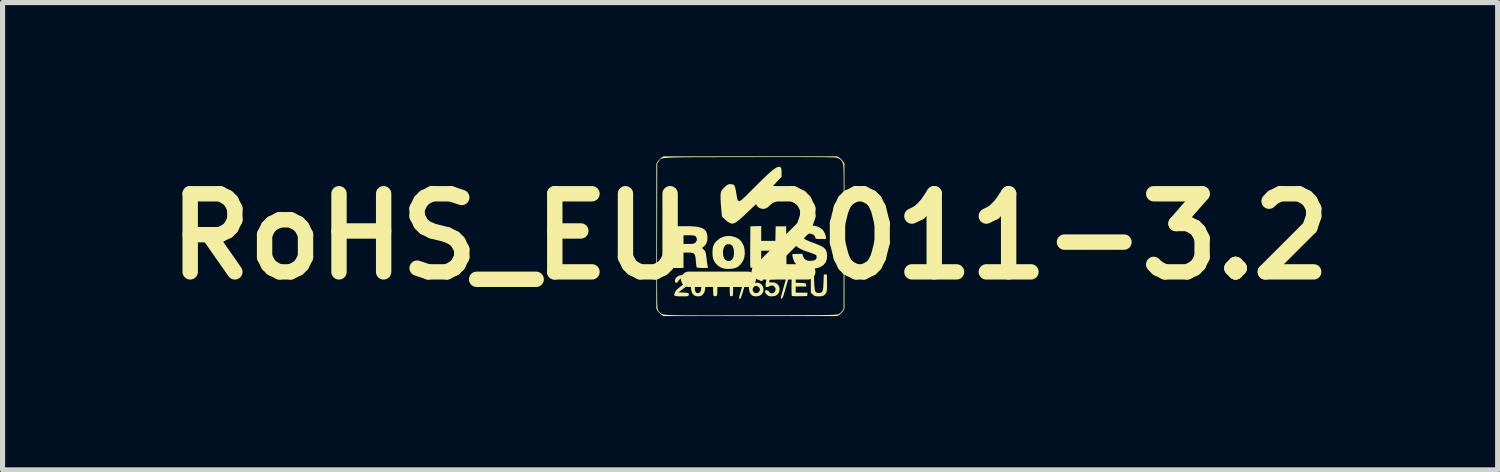
<source format=kicad_pcb>
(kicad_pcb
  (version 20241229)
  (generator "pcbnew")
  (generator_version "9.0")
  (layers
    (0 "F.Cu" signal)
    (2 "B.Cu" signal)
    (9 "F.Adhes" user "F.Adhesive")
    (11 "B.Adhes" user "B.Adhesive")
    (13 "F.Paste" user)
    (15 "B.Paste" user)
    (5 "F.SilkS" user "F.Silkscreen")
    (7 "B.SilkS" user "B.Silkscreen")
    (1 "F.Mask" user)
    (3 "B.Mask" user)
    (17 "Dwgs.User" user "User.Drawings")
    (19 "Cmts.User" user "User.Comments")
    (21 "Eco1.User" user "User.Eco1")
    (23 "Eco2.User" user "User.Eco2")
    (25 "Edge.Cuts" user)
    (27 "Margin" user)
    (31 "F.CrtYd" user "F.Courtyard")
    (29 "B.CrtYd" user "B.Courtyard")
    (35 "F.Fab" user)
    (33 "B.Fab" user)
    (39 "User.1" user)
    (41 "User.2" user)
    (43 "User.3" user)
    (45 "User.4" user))
  (footprint "RoHS_EU_2011-3.2"
    (layer "F.Cu")
    (at 11.582 1.564)
    (property "Reference" "RoHS_EU_2011-3.2" (at 0 0 0) (layer "F.SilkS") (effects (font (size 1.524 1.524) (thickness 0.3))))
    (attr board_only exclude_from_pos_files exclude_from_bom)
    (fp_poly (pts (xy 0.217 0.084) (xy 0.493 0.084) (xy 0.496 -0.057) (xy 0.499 -0.199) (xy 0.704 -0.199) (xy 0.707 0.208) (xy 0.71 0.614) (xy 0.493 0.614) (xy 0.493 0.277) (xy 0.217 0.277) (xy 0.217 0.614) (xy 0.114 0.614) (xy 0.057 0.612) (xy 0.021 0.608) (xy 0.006 0.6) (xy 0.005 0.599) (xy 0.004 0.583) (xy 0.003 0.547) (xy 0.002 0.492) (xy 0.002 0.423) (xy 0.002 0.341) (xy 0.002 0.25) (xy 0.003 0.192) (xy 0.006 -0.199) (xy 0.111 -0.202) (xy 0.217 -0.205)) (stroke (width 0) (type solid)) (fill yes) (layer "F.SilkS"))
    (fp_poly (pts (xy 0.766 0.74) (xy 0.766 0.755) (xy 0.752 0.806) (xy 0.734 0.868) (xy 0.715 0.934) (xy 0.696 1) (xy 0.678 1.062) (xy 0.662 1.114) (xy 0.651 1.151) (xy 0.646 1.166) (xy 0.63 1.2) (xy 0.612 1.214) (xy 0.6 1.209) (xy 0.6 1.196) (xy 0.606 1.164) (xy 0.618 1.12) (xy 0.629 1.08) (xy 0.648 1.012) (xy 0.669 0.937) (xy 0.689 0.868) (xy 0.695 0.845) (xy 0.711 0.792) (xy 0.723 0.758) (xy 0.734 0.74) (xy 0.746 0.734) (xy 0.749 0.734)) (stroke (width 0) (type solid)) (fill yes) (layer "F.SilkS"))
    (fp_poly (pts (xy -0.055 0.736) (xy -0.05 0.744) (xy -0.051 0.762) (xy -0.057 0.793) (xy -0.07 0.841) (xy -0.085 0.891) (xy -0.113 0.986) (xy -0.135 1.061) (xy -0.152 1.117) (xy -0.166 1.158) (xy -0.175 1.185) (xy -0.183 1.202) (xy -0.189 1.211) (xy -0.195 1.215) (xy -0.199 1.215) (xy -0.215 1.208) (xy -0.217 1.202) (xy -0.213 1.185) (xy -0.204 1.148) (xy -0.189 1.094) (xy -0.17 1.026) (xy -0.147 0.949) (xy -0.122 0.863) (xy -0.113 0.833) (xy -0.094 0.778) (xy -0.078 0.745) (xy -0.065 0.734)) (stroke (width 0) (type solid)) (fill yes) (layer "F.SilkS"))
    (fp_poly (pts (xy 1.105 0.773) (xy 1.109 0.806) (xy 0.89 0.806) (xy 0.89 0.901) (xy 0.99 0.905) (xy 1.038 0.907) (xy 1.068 0.91) (xy 1.084 0.916) (xy 1.09 0.926) (xy 1.093 0.942) (xy 1.097 0.975) (xy 0.89 0.975) (xy 0.89 1.095) (xy 1.121 1.095) (xy 1.117 1.128) (xy 1.113 1.161) (xy 0.965 1.164) (xy 0.9 1.165) (xy 0.855 1.164) (xy 0.827 1.161) (xy 0.814 1.155) (xy 0.812 1.152) (xy 0.81 1.135) (xy 0.809 1.099) (xy 0.808 1.047) (xy 0.808 0.984) (xy 0.809 0.938) (xy 0.812 0.74) (xy 1.101 0.74)) (stroke (width 0) (type solid)) (fill yes) (layer "F.SilkS"))
    (fp_poly (pts (xy -0.646 0.763) (xy -0.645 0.765) (xy -0.642 0.785) (xy -0.64 0.823) (xy -0.639 0.874) (xy -0.638 0.933) (xy -0.638 0.994) (xy -0.639 1.051) (xy -0.64 1.1) (xy -0.643 1.135) (xy -0.645 1.148) (xy -0.661 1.163) (xy -0.68 1.167) (xy -0.704 1.16) (xy -0.715 1.148) (xy -0.718 1.129) (xy -0.72 1.091) (xy -0.722 1.041) (xy -0.722 1.004) (xy -0.722 0.878) (xy -0.764 0.878) (xy -0.793 0.876) (xy -0.805 0.865) (xy -0.806 0.855) (xy -0.796 0.835) (xy -0.77 0.824) (xy -0.738 0.809) (xy -0.71 0.783) (xy -0.709 0.781) (xy -0.683 0.754) (xy -0.662 0.747)) (stroke (width 0) (type solid)) (fill yes) (layer "F.SilkS"))
    (fp_poly (pts (xy -0.344 0.752) (xy -0.338 0.762) (xy -0.335 0.781) (xy -0.332 0.814) (xy -0.331 0.862) (xy -0.331 0.93) (xy -0.331 0.957) (xy -0.331 1.031) (xy -0.332 1.085) (xy -0.333 1.122) (xy -0.336 1.145) (xy -0.341 1.157) (xy -0.348 1.163) (xy -0.355 1.165) (xy -0.379 1.164) (xy -0.389 1.16) (xy -0.392 1.145) (xy -0.395 1.111) (xy -0.397 1.064) (xy -0.397 1.015) (xy -0.397 0.878) (xy -0.445 0.878) (xy -0.477 0.876) (xy -0.491 0.868) (xy -0.493 0.855) (xy -0.486 0.837) (xy -0.461 0.825) (xy -0.451 0.823) (xy -0.413 0.808) (xy -0.39 0.78) (xy -0.37 0.754) (xy -0.351 0.748)) (stroke (width 0) (type solid)) (fill yes) (layer "F.SilkS"))
    (fp_poly (pts (xy 1.251 0.899) (xy 1.255 0.973) (xy 1.261 1.027) (xy 1.27 1.063) (xy 1.283 1.085) (xy 1.304 1.096) (xy 1.332 1.1) (xy 1.342 1.1) (xy 1.372 1.098) (xy 1.395 1.089) (xy 1.41 1.071) (xy 1.42 1.039) (xy 1.427 0.991) (xy 1.431 0.923) (xy 1.432 0.899) (xy 1.438 0.74) (xy 1.498 0.74) (xy 1.501 0.896) (xy 1.502 0.974) (xy 1.499 1.032) (xy 1.493 1.074) (xy 1.481 1.105) (xy 1.463 1.129) (xy 1.447 1.143) (xy 1.42 1.158) (xy 1.384 1.165) (xy 1.34 1.167) (xy 1.295 1.166) (xy 1.266 1.16) (xy 1.242 1.146) (xy 1.224 1.132) (xy 1.185 1.097) (xy 1.185 0.74) (xy 1.245 0.74)) (stroke (width 0) (type solid)) (fill yes) (layer "F.SilkS"))
    (fp_poly (pts (xy -0.999 0.752) (xy -0.967 0.766) (xy -0.967 0.766) (xy -0.922 0.796) (xy -0.893 0.839) (xy -0.877 0.896) (xy -0.873 0.963) (xy -0.876 1.025) (xy -0.886 1.072) (xy -0.907 1.111) (xy -0.93 1.14) (xy -0.963 1.16) (xy -1.008 1.168) (xy -1.055 1.163) (xy -1.096 1.145) (xy -1.099 1.142) (xy -1.129 1.106) (xy -1.148 1.052) (xy -1.154 0.979) (xy -1.154 0.95) (xy -1.081 0.95) (xy -1.08 0.976) (xy -1.076 1.031) (xy -1.068 1.071) (xy -1.06 1.088) (xy -1.033 1.104) (xy -1.002 1.102) (xy -0.974 1.083) (xy -0.966 1.071) (xy -0.957 1.037) (xy -0.952 0.99) (xy -0.952 0.937) (xy -0.956 0.889) (xy -0.966 0.855) (xy -0.966 0.854) (xy -0.987 0.83) (xy -1.017 0.824) (xy -1.047 0.831) (xy -1.067 0.852) (xy -1.078 0.892) (xy -1.081 0.95) (xy -1.154 0.95) (xy -1.153 0.935) (xy -1.146 0.867) (xy -1.129 0.818) (xy -1.1 0.784) (xy -1.058 0.761) (xy -1.055 0.76) (xy -1.024 0.75)) (stroke (width 0) (type solid)) (fill yes) (layer "F.SilkS"))
    (fp_poly (pts (xy -1.299 0.754) (xy -1.254 0.774) (xy -1.22 0.811) (xy -1.2 0.858) (xy -1.198 0.88) (xy -1.2 0.912) (xy -1.212 0.936) (xy -1.237 0.963) (xy -1.247 0.973) (xy -1.288 1.007) (xy -1.333 1.041) (xy -1.349 1.053) (xy -1.402 1.089) (xy -1.306 1.092) (xy -1.25 1.096) (xy -1.215 1.101) (xy -1.198 1.111) (xy -1.193 1.127) (xy -1.197 1.142) (xy -1.202 1.153) (xy -1.212 1.16) (xy -1.231 1.165) (xy -1.264 1.167) (xy -1.315 1.167) (xy -1.336 1.167) (xy -1.394 1.166) (xy -1.439 1.163) (xy -1.467 1.158) (xy -1.474 1.155) (xy -1.478 1.128) (xy -1.468 1.092) (xy -1.447 1.055) (xy -1.428 1.034) (xy -1.395 1.005) (xy -1.354 0.973) (xy -1.336 0.959) (xy -1.3 0.929) (xy -1.282 0.902) (xy -1.278 0.883) (xy -1.283 0.847) (xy -1.303 0.825) (xy -1.331 0.817) (xy -1.361 0.825) (xy -1.388 0.849) (xy -1.396 0.863) (xy -1.416 0.892) (xy -1.438 0.904) (xy -1.457 0.899) (xy -1.467 0.876) (xy -1.468 0.868) (xy -1.457 0.825) (xy -1.428 0.788) (xy -1.385 0.763) (xy -1.335 0.751)) (stroke (width 0) (type solid)) (fill yes) (layer "F.SilkS"))
    (fp_poly (pts (xy -0.355 -0.005) (xy -0.287 0.014) (xy -0.229 0.042) (xy -0.213 0.053) (xy -0.164 0.105) (xy -0.128 0.172) (xy -0.108 0.249) (xy -0.102 0.33) (xy -0.114 0.41) (xy -0.136 0.472) (xy -0.18 0.538) (xy -0.235 0.589) (xy -0.282 0.613) (xy -0.323 0.623) (xy -0.378 0.63) (xy -0.436 0.632) (xy -0.488 0.629) (xy -0.509 0.625) (xy -0.574 0.603) (xy -0.627 0.568) (xy -0.665 0.531) (xy -0.7 0.484) (xy -0.722 0.431) (xy -0.732 0.365) (xy -0.734 0.313) (xy -0.734 0.311) (xy -0.529 0.311) (xy -0.523 0.38) (xy -0.503 0.431) (xy -0.472 0.463) (xy -0.471 0.463) (xy -0.438 0.478) (xy -0.41 0.479) (xy -0.38 0.47) (xy -0.346 0.444) (xy -0.323 0.398) (xy -0.313 0.333) (xy -0.313 0.31) (xy -0.32 0.242) (xy -0.339 0.191) (xy -0.371 0.16) (xy -0.394 0.151) (xy -0.443 0.15) (xy -0.483 0.17) (xy -0.511 0.21) (xy -0.527 0.267) (xy -0.529 0.311) (xy -0.734 0.311) (xy -0.73 0.24) (xy -0.718 0.183) (xy -0.694 0.135) (xy -0.655 0.088) (xy -0.652 0.085) (xy -0.584 0.032) (xy -0.506 -0.001) (xy -0.422 -0.012)) (stroke (width 0) (type solid)) (fill yes) (layer "F.SilkS"))
    (fp_poly (pts (xy 0.551 0.797) (xy 0.552 0.813) (xy 0.547 0.823) (xy 0.531 0.829) (xy 0.5 0.831) (xy 0.467 0.833) (xy 0.422 0.835) (xy 0.395 0.839) (xy 0.382 0.846) (xy 0.377 0.858) (xy 0.375 0.868) (xy 0.375 0.889) (xy 0.383 0.896) (xy 0.407 0.895) (xy 0.418 0.894) (xy 0.474 0.897) (xy 0.521 0.919) (xy 0.555 0.955) (xy 0.574 1.001) (xy 0.574 1.054) (xy 0.56 1.095) (xy 0.53 1.135) (xy 0.491 1.158) (xy 0.436 1.167) (xy 0.424 1.167) (xy 0.382 1.165) (xy 0.354 1.156) (xy 0.33 1.137) (xy 0.324 1.132) (xy 0.297 1.098) (xy 0.289 1.071) (xy 0.298 1.052) (xy 0.322 1.047) (xy 0.353 1.055) (xy 0.367 1.074) (xy 0.388 1.1) (xy 0.417 1.109) (xy 0.447 1.103) (xy 0.474 1.085) (xy 0.493 1.057) (xy 0.498 1.024) (xy 0.493 1.005) (xy 0.469 0.97) (xy 0.435 0.955) (xy 0.395 0.961) (xy 0.386 0.966) (xy 0.354 0.981) (xy 0.326 0.987) (xy 0.312 0.984) (xy 0.304 0.972) (xy 0.302 0.949) (xy 0.306 0.91) (xy 0.316 0.851) (xy 0.317 0.842) (xy 0.331 0.764) (xy 0.547 0.764)) (stroke (width 0) (type solid)) (fill yes) (layer "F.SilkS"))
    (fp_poly (pts (xy 0.161 0.755) (xy 0.193 0.769) (xy 0.224 0.794) (xy 0.246 0.823) (xy 0.253 0.844) (xy 0.243 0.861) (xy 0.222 0.867) (xy 0.196 0.862) (xy 0.174 0.846) (xy 0.171 0.842) (xy 0.147 0.823) (xy 0.113 0.819) (xy 0.088 0.828) (xy 0.076 0.843) (xy 0.062 0.868) (xy 0.053 0.893) (xy 0.051 0.909) (xy 0.052 0.91) (xy 0.065 0.91) (xy 0.091 0.904) (xy 0.092 0.904) (xy 0.145 0.899) (xy 0.191 0.913) (xy 0.228 0.942) (xy 0.253 0.981) (xy 0.263 1.027) (xy 0.258 1.074) (xy 0.233 1.118) (xy 0.215 1.137) (xy 0.173 1.159) (xy 0.121 1.168) (xy 0.071 1.162) (xy 0.038 1.148) (xy 0.013 1.123) (xy -0.007 1.089) (xy -0.007 1.088) (xy -0.018 1.047) (xy -0.019 1.035) (xy 0.048 1.035) (xy 0.055 1.058) (xy 0.067 1.081) (xy 0.095 1.102) (xy 0.129 1.105) (xy 0.161 1.09) (xy 0.18 1.068) (xy 0.192 1.042) (xy 0.189 1.02) (xy 0.18 1.002) (xy 0.154 0.974) (xy 0.12 0.963) (xy 0.087 0.971) (xy 0.067 0.989) (xy 0.053 1.016) (xy 0.048 1.035) (xy -0.019 1.035) (xy -0.023 0.993) (xy -0.023 0.936) (xy -0.018 0.885) (xy -0.011 0.858) (xy 0.019 0.807) (xy 0.063 0.771) (xy 0.116 0.754)) (stroke (width 0) (type solid)) (fill yes) (layer "F.SilkS"))
    (fp_poly (pts (xy -1.185 -0.202) (xy -1.085 -0.196) (xy -1.005 -0.185) (xy -0.943 -0.167) (xy -0.896 -0.142) (xy -0.864 -0.108) (xy -0.844 -0.064) (xy -0.833 -0.011) (xy -0.833 -0.001) (xy -0.834 0.074) (xy -0.852 0.134) (xy -0.886 0.18) (xy -0.897 0.19) (xy -0.938 0.223) (xy -0.902 0.257) (xy -0.888 0.272) (xy -0.877 0.287) (xy -0.868 0.307) (xy -0.862 0.336) (xy -0.855 0.378) (xy -0.847 0.439) (xy -0.845 0.463) (xy -0.838 0.512) (xy -0.831 0.555) (xy -0.825 0.583) (xy -0.824 0.587) (xy -0.821 0.599) (xy -0.824 0.607) (xy -0.838 0.612) (xy -0.867 0.613) (xy -0.915 0.614) (xy -0.924 0.614) (xy -0.98 0.612) (xy -1.02 0.608) (xy -1.04 0.602) (xy -1.042 0.6) (xy -1.046 0.583) (xy -1.051 0.548) (xy -1.056 0.501) (xy -1.058 0.472) (xy -1.065 0.407) (xy -1.075 0.363) (xy -1.093 0.335) (xy -1.121 0.32) (xy -1.164 0.314) (xy -1.211 0.313) (xy -1.299 0.313) (xy -1.299 0.614) (xy -1.516 0.614) (xy -1.513 0.208) (xy -1.513 0.144) (xy -1.299 0.144) (xy -1.197 0.144) (xy -1.145 0.144) (xy -1.112 0.141) (xy -1.09 0.134) (xy -1.073 0.123) (xy -1.064 0.115) (xy -1.04 0.077) (xy -1.038 0.038) (xy -1.057 0.002) (xy -1.059 0) (xy -1.074 -0.012) (xy -1.095 -0.019) (xy -1.127 -0.023) (xy -1.175 -0.024) (xy -1.191 -0.024) (xy -1.299 -0.024) (xy -1.299 0.144) (xy -1.513 0.144) (xy -1.51 -0.199) (xy -1.307 -0.202)) (stroke (width 0) (type solid)) (fill yes) (layer "F.SilkS"))
    (fp_poly (pts (xy 0.585 -1.357) (xy 0.601 -1.347) (xy 0.609 -1.325) (xy 0.613 -1.286) (xy 0.614 -1.242) (xy 0.614 -1.163) (xy 0.538 -1.084) (xy 0.504 -1.047) (xy 0.458 -0.997) (xy 0.406 -0.939) (xy 0.352 -0.88) (xy 0.328 -0.853) (xy 0.277 -0.797) (xy 0.227 -0.743) (xy 0.181 -0.695) (xy 0.144 -0.658) (xy 0.129 -0.644) (xy 0.098 -0.614) (xy 0.054 -0.573) (xy 0.003 -0.524) (xy -0.051 -0.473) (xy -0.072 -0.453) (xy -0.146 -0.384) (xy -0.206 -0.331) (xy -0.254 -0.292) (xy -0.293 -0.267) (xy -0.327 -0.254) (xy -0.356 -0.252) (xy -0.385 -0.259) (xy -0.415 -0.275) (xy -0.418 -0.276) (xy -0.449 -0.299) (xy -0.486 -0.33) (xy -0.502 -0.346) (xy -0.549 -0.392) (xy -0.563 -0.548) (xy -0.572 -0.653) (xy -0.576 -0.737) (xy -0.576 -0.802) (xy -0.572 -0.85) (xy -0.563 -0.883) (xy -0.56 -0.889) (xy -0.542 -0.915) (xy -0.513 -0.948) (xy -0.488 -0.972) (xy -0.454 -1.001) (xy -0.427 -1.017) (xy -0.397 -1.022) (xy -0.381 -1.023) (xy -0.334 -1.016) (xy -0.31 -1.002) (xy -0.3 -0.981) (xy -0.288 -0.942) (xy -0.277 -0.891) (xy -0.272 -0.858) (xy -0.261 -0.794) (xy -0.253 -0.75) (xy -0.246 -0.722) (xy -0.238 -0.706) (xy -0.229 -0.697) (xy -0.221 -0.693) (xy -0.211 -0.691) (xy -0.199 -0.694) (xy -0.182 -0.703) (xy -0.16 -0.72) (xy -0.13 -0.746) (xy -0.09 -0.784) (xy -0.039 -0.834) (xy 0.025 -0.898) (xy 0.102 -0.975) (xy 0.202 -1.075) (xy 0.287 -1.157) (xy 0.358 -1.224) (xy 0.417 -1.276) (xy 0.466 -1.315) (xy 0.505 -1.341) (xy 0.536 -1.355) (xy 0.56 -1.36)) (stroke (width 0) (type solid)) (fill yes) (layer "F.SilkS"))
    (fp_poly (pts (xy 1.264 -0.209) (xy 1.344 -0.183) (xy 1.406 -0.141) (xy 1.436 -0.104) (xy 1.461 -0.056) (xy 1.477 -0.008) (xy 1.48 0.015) (xy 1.48 0.048) (xy 1.378 0.048) (xy 1.328 0.048) (xy 1.297 0.045) (xy 1.281 0.04) (xy 1.275 0.031) (xy 1.275 0.027) (xy 1.264 -0.009) (xy 1.235 -0.036) (xy 1.194 -0.053) (xy 1.146 -0.058) (xy 1.098 -0.049) (xy 1.082 -0.042) (xy 1.054 -0.017) (xy 1.047 0.014) (xy 1.062 0.046) (xy 1.068 0.052) (xy 1.088 0.063) (xy 1.124 0.08) (xy 1.174 0.101) (xy 1.231 0.122) (xy 1.239 0.125) (xy 1.324 0.158) (xy 1.388 0.187) (xy 1.435 0.216) (xy 1.467 0.246) (xy 1.487 0.282) (xy 1.498 0.325) (xy 1.502 0.365) (xy 1.497 0.442) (xy 1.474 0.506) (xy 1.43 0.557) (xy 1.408 0.573) (xy 1.343 0.605) (xy 1.263 0.626) (xy 1.177 0.636) (xy 1.091 0.633) (xy 1.043 0.625) (xy 0.965 0.595) (xy 0.903 0.548) (xy 0.858 0.486) (xy 0.832 0.409) (xy 0.828 0.379) (xy 0.824 0.343) (xy 0.921 0.339) (xy 1.019 0.336) (xy 1.033 0.385) (xy 1.055 0.43) (xy 1.089 0.458) (xy 1.139 0.473) (xy 1.18 0.475) (xy 1.239 0.468) (xy 1.278 0.45) (xy 1.298 0.42) (xy 1.296 0.38) (xy 1.292 0.368) (xy 1.277 0.355) (xy 1.242 0.339) (xy 1.19 0.32) (xy 1.163 0.311) (xy 1.062 0.277) (xy 0.983 0.243) (xy 0.924 0.206) (xy 0.882 0.166) (xy 0.857 0.119) (xy 0.844 0.066) (xy 0.842 0.029) (xy 0.851 -0.04) (xy 0.879 -0.098) (xy 0.925 -0.146) (xy 0.976 -0.182) (xy 1.034 -0.205) (xy 1.104 -0.216) (xy 1.17 -0.218)) (stroke (width 0) (type solid)) (fill yes) (layer "F.SilkS"))
    (fp_poly (pts (xy 1.741 -1.539) (xy 1.774 -1.511) (xy 1.806 -1.476) (xy 1.812 -1.467) (xy 1.841 -1.42) (xy 1.841 1.408) (xy 1.812 1.455) (xy 1.783 1.49) (xy 1.749 1.521) (xy 1.741 1.527) (xy 1.7 1.552) (xy -1.691 1.552) (xy -1.734 1.523) (xy -1.769 1.492) (xy -1.799 1.456) (xy -1.803 1.45) (xy -1.829 1.406) (xy -1.829 0.588) (xy -1.815 0.588) (xy -1.815 0.752) (xy -1.815 0.896) (xy -1.814 1.019) (xy -1.813 1.124) (xy -1.812 1.211) (xy -1.811 1.281) (xy -1.809 1.335) (xy -1.807 1.373) (xy -1.805 1.396) (xy -1.804 1.404) (xy -1.789 1.442) (xy -1.768 1.475) (xy -1.763 1.48) (xy -1.754 1.488) (xy -1.746 1.496) (xy -1.737 1.502) (xy -1.727 1.508) (xy -1.713 1.513) (xy -1.695 1.518) (xy -1.672 1.522) (xy -1.642 1.526) (xy -1.604 1.528) (xy -1.557 1.531) (xy -1.5 1.533) (xy -1.431 1.535) (xy -1.349 1.536) (xy -1.254 1.537) (xy -1.144 1.537) (xy -1.017 1.538) (xy -0.873 1.538) (xy -0.71 1.538) (xy -0.527 1.538) (xy -0.324 1.537) (xy -0.097 1.537) (xy 0.024 1.537) (xy 0.258 1.536) (xy 0.47 1.536) (xy 0.659 1.536) (xy 0.829 1.535) (xy 0.979 1.535) (xy 1.111 1.534) (xy 1.226 1.533) (xy 1.325 1.533) (xy 1.41 1.532) (xy 1.482 1.531) (xy 1.542 1.53) (xy 1.59 1.528) (xy 1.63 1.527) (xy 1.66 1.525) (xy 1.684 1.523) (xy 1.701 1.521) (xy 1.714 1.519) (xy 1.722 1.516) (xy 1.729 1.513) (xy 1.762 1.489) (xy 1.792 1.457) (xy 1.795 1.453) (xy 1.823 1.414) (xy 1.827 0.036) (xy 1.827 -0.198) (xy 1.828 -0.409) (xy 1.828 -0.597) (xy 1.827 -0.764) (xy 1.827 -0.909) (xy 1.826 -1.035) (xy 1.826 -1.14) (xy 1.824 -1.227) (xy 1.823 -1.296) (xy 1.821 -1.348) (xy 1.819 -1.384) (xy 1.817 -1.404) (xy 1.817 -1.404) (xy 1.794 -1.465) (xy 1.753 -1.509) (xy 1.695 -1.537) (xy 1.685 -1.54) (xy 1.666 -1.542) (xy 1.625 -1.544) (xy 1.563 -1.545) (xy 1.477 -1.547) (xy 1.37 -1.548) (xy 1.24 -1.549) (xy 1.086 -1.549) (xy 0.91 -1.55) (xy 0.711 -1.55) (xy 0.487 -1.55) (xy 0.241 -1.55) (xy -0.02 -1.549) (xy -0.257 -1.549) (xy -0.471 -1.549) (xy -0.663 -1.548) (xy -0.834 -1.548) (xy -0.987 -1.547) (xy -1.121 -1.547) (xy -1.238 -1.546) (xy -1.34 -1.545) (xy -1.427 -1.543) (xy -1.501 -1.541) (xy -1.562 -1.539) (xy -1.613 -1.536) (xy -1.654 -1.533) (xy -1.686 -1.529) (xy -1.711 -1.524) (xy -1.73 -1.519) (xy -1.744 -1.513) (xy -1.754 -1.506) (xy -1.762 -1.498) (xy -1.768 -1.489) (xy -1.774 -1.479) (xy -1.78 -1.468) (xy -1.783 -1.465) (xy -1.811 -1.426) (xy -1.814 -0.036) (xy -1.815 0.195) (xy -1.815 0.403) (xy -1.815 0.588) (xy -1.829 0.588) (xy -1.829 -1.42) (xy -1.8 -1.467) (xy -1.771 -1.502) (xy -1.737 -1.533) (xy -1.729 -1.539) (xy -1.688 -1.564) (xy 1.7 -1.564)) (stroke (width 0) (type solid)) (fill yes) (layer "F.SilkS")))
  (gr_rect
    (start -3 -3)
    (end 26.165 6.116)
    (stroke (width 0.1) (type default))
    (fill no)
    (layer "Edge.Cuts")))
</source>
